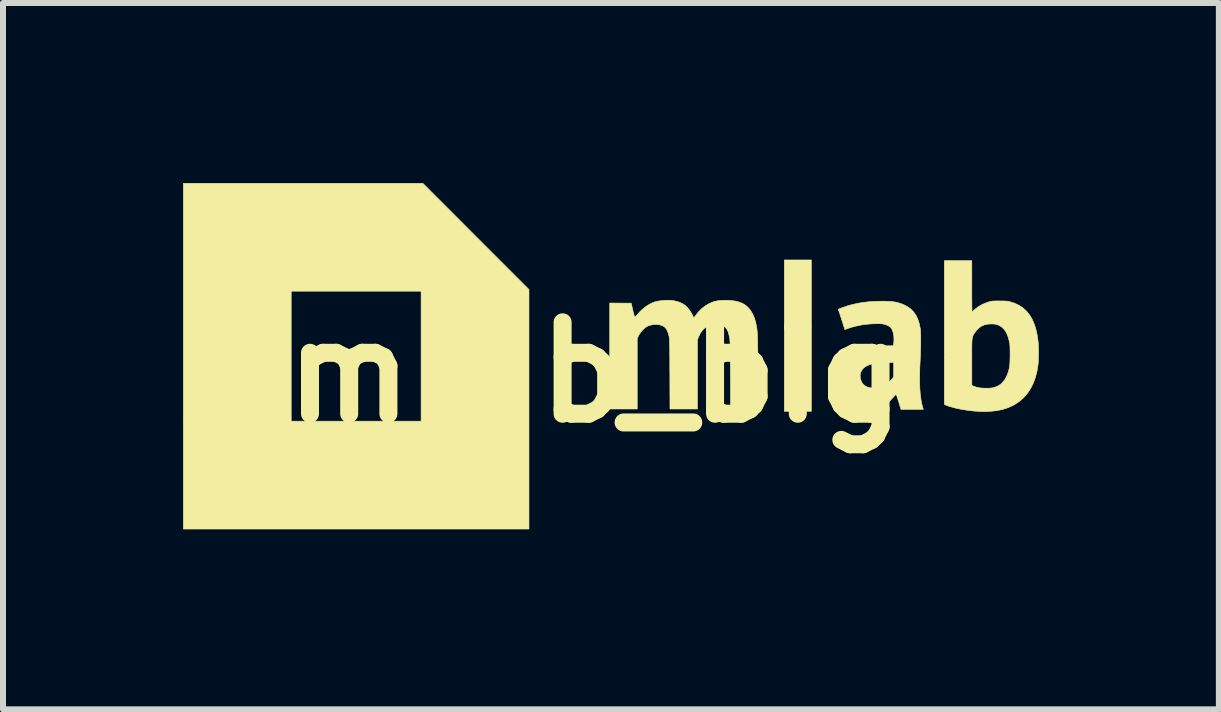
<source format=kicad_pcb>
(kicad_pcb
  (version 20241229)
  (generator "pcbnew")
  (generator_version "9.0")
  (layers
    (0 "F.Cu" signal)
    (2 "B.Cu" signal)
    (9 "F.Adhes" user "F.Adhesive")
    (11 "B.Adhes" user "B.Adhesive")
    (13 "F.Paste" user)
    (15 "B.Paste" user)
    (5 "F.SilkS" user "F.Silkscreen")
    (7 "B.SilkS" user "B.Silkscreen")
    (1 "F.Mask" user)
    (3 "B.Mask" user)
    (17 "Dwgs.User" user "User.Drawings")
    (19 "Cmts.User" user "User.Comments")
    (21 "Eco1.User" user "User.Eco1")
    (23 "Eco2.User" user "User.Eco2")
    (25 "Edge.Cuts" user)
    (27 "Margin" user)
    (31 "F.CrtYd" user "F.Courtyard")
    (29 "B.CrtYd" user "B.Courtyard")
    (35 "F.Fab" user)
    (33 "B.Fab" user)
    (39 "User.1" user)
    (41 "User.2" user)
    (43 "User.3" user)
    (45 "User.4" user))
  (footprint "mlab_big"
    (layer "F.Cu")
    (at 6.869 3.155)
    (property "Reference" "mlab_big" (at 0 0 0) (layer "F.SilkS") (effects (font (size 1.524 1.524) (thickness 0.3))))
    (attr through_hole)
    (fp_poly (pts (xy 3.6 0.648) (xy 3.15 0.648) (xy 3.15 -1.873) (xy 3.6 -1.873) (xy 3.6 0.648)) (stroke (width 0.01) (type solid)) (fill yes) (layer "F.SilkS"))
    (fp_poly (pts (xy -1.989 -2.265) (xy -1.105 -1.381) (xy -1.105 2.61) (xy -6.864 2.61) (xy -6.864 -1.353) (xy -5.067 -1.353) (xy -5.067 0.813) (xy -2.902 0.813) (xy -2.902 -1.353) (xy -5.067 -1.353) (xy -6.864 -1.353) (xy -6.864 -3.15) (xy -4.869 -3.15) (xy -2.873 -3.15) (xy -1.989 -2.265)) (stroke (width 0.01) (type solid)) (fill yes) (layer "F.SilkS"))
    (fp_poly (pts (xy 1.275 -1.199) (xy 1.324 -1.191) (xy 1.389 -1.174) (xy 1.445 -1.15) (xy 1.494 -1.12) (xy 1.536 -1.081) (xy 1.574 -1.032) (xy 1.61 -0.973) (xy 1.622 -0.948) (xy 1.643 -0.906) (xy 1.668 -0.943) (xy 1.717 -1.005) (xy 1.772 -1.061) (xy 1.832 -1.108) (xy 1.896 -1.146) (xy 1.96 -1.173) (xy 1.962 -1.174) (xy 2.005 -1.186) (xy 2.047 -1.194) (xy 2.092 -1.199) (xy 2.143 -1.201) (xy 2.175 -1.201) (xy 2.258 -1.198) (xy 2.332 -1.188) (xy 2.396 -1.172) (xy 2.453 -1.15) (xy 2.502 -1.12) (xy 2.539 -1.089) (xy 2.581 -1.042) (xy 2.618 -0.983) (xy 2.648 -0.915) (xy 2.672 -0.838) (xy 2.68 -0.799) (xy 2.684 -0.777) (xy 2.688 -0.756) (xy 2.692 -0.735) (xy 2.694 -0.714) (xy 2.697 -0.69) (xy 2.699 -0.665) (xy 2.701 -0.636) (xy 2.703 -0.603) (xy 2.704 -0.564) (xy 2.705 -0.52) (xy 2.706 -0.469) (xy 2.707 -0.41) (xy 2.708 -0.343) (xy 2.708 -0.266) (xy 2.709 -0.178) (xy 2.709 -0.08) (xy 2.71 -0.005) (xy 2.713 0.61) (xy 2.255 0.61) (xy 2.253 0.052) (xy 2.252 -0.047) (xy 2.252 -0.134) (xy 2.251 -0.21) (xy 2.25 -0.277) (xy 2.25 -0.334) (xy 2.249 -0.382) (xy 2.248 -0.423) (xy 2.247 -0.458) (xy 2.246 -0.486) (xy 2.245 -0.51) (xy 2.244 -0.53) (xy 2.242 -0.546) (xy 2.241 -0.56) (xy 2.239 -0.57) (xy 2.227 -0.63) (xy 2.213 -0.678) (xy 2.196 -0.714) (xy 2.187 -0.728) (xy 2.156 -0.759) (xy 2.117 -0.781) (xy 2.07 -0.795) (xy 2.017 -0.799) (xy 1.959 -0.795) (xy 1.935 -0.791) (xy 1.88 -0.773) (xy 1.83 -0.744) (xy 1.787 -0.704) (xy 1.751 -0.654) (xy 1.722 -0.593) (xy 1.717 -0.58) (xy 1.702 -0.539) (xy 1.702 0.61) (xy 1.245 0.61) (xy 1.243 0.027) (xy 1.242 -0.072) (xy 1.242 -0.16) (xy 1.242 -0.236) (xy 1.241 -0.302) (xy 1.241 -0.359) (xy 1.24 -0.407) (xy 1.24 -0.448) (xy 1.239 -0.482) (xy 1.238 -0.51) (xy 1.237 -0.533) (xy 1.236 -0.551) (xy 1.235 -0.567) (xy 1.233 -0.579) (xy 1.232 -0.59) (xy 1.23 -0.6) (xy 1.227 -0.61) (xy 1.227 -0.613) (xy 1.211 -0.666) (xy 1.193 -0.708) (xy 1.171 -0.741) (xy 1.145 -0.764) (xy 1.113 -0.781) (xy 1.105 -0.784) (xy 1.055 -0.796) (xy 1 -0.799) (xy 0.944 -0.793) (xy 0.891 -0.778) (xy 0.871 -0.77) (xy 0.836 -0.749) (xy 0.801 -0.718) (xy 0.767 -0.68) (xy 0.737 -0.639) (xy 0.725 -0.618) (xy 0.699 -0.567) (xy 0.699 0.61) (xy 0.241 0.61) (xy 0.241 -1.156) (xy 0.42 -1.154) (xy 0.599 -1.153) (xy 0.625 -1.039) (xy 0.633 -1.002) (xy 0.642 -0.971) (xy 0.649 -0.946) (xy 0.654 -0.929) (xy 0.658 -0.923) (xy 0.665 -0.926) (xy 0.677 -0.938) (xy 0.693 -0.955) (xy 0.701 -0.964) (xy 0.747 -1.015) (xy 0.798 -1.062) (xy 0.853 -1.104) (xy 0.908 -1.138) (xy 0.962 -1.164) (xy 0.981 -1.171) (xy 1.032 -1.185) (xy 1.091 -1.194) (xy 1.153 -1.2) (xy 1.216 -1.202) (xy 1.275 -1.199)) (stroke (width 0.01) (type solid)) (fill yes) (layer "F.SilkS"))
    (fp_poly (pts (xy 6.274 -1.435) (xy 6.274 -1.363) (xy 6.274 -1.295) (xy 6.274 -1.231) (xy 6.275 -1.174) (xy 6.275 -1.123) (xy 6.276 -1.08) (xy 6.276 -1.047) (xy 6.277 -1.024) (xy 6.277 -1.011) (xy 6.278 -1.01) (xy 6.284 -1.014) (xy 6.297 -1.024) (xy 6.314 -1.04) (xy 6.319 -1.045) (xy 6.381 -1.094) (xy 6.452 -1.134) (xy 6.532 -1.166) (xy 6.563 -1.176) (xy 6.582 -1.181) (xy 6.6 -1.185) (xy 6.619 -1.188) (xy 6.642 -1.189) (xy 6.672 -1.19) (xy 6.71 -1.19) (xy 6.737 -1.19) (xy 6.786 -1.19) (xy 6.825 -1.189) (xy 6.855 -1.187) (xy 6.88 -1.184) (xy 6.9 -1.18) (xy 6.904 -1.179) (xy 6.986 -1.153) (xy 7.06 -1.118) (xy 7.126 -1.075) (xy 7.185 -1.021) (xy 7.235 -0.959) (xy 7.279 -0.887) (xy 7.315 -0.805) (xy 7.344 -0.712) (xy 7.366 -0.61) (xy 7.379 -0.514) (xy 7.382 -0.477) (xy 7.384 -0.43) (xy 7.385 -0.378) (xy 7.386 -0.323) (xy 7.385 -0.268) (xy 7.384 -0.217) (xy 7.382 -0.172) (xy 7.379 -0.14) (xy 7.361 -0.024) (xy 7.334 0.083) (xy 7.298 0.181) (xy 7.254 0.269) (xy 7.201 0.349) (xy 7.139 0.42) (xy 7.068 0.482) (xy 6.988 0.536) (xy 6.96 0.551) (xy 6.877 0.589) (xy 6.786 0.618) (xy 6.686 0.638) (xy 6.601 0.647) (xy 6.563 0.65) (xy 6.529 0.652) (xy 6.497 0.653) (xy 6.461 0.652) (xy 6.419 0.651) (xy 6.394 0.65) (xy 6.32 0.645) (xy 6.243 0.637) (xy 6.165 0.626) (xy 6.089 0.613) (xy 6.016 0.598) (xy 5.95 0.581) (xy 5.892 0.564) (xy 5.847 0.547) (xy 5.817 0.534) (xy 5.817 -0.317) (xy 6.274 -0.317) (xy 6.274 -0.245) (xy 6.274 -0.171) (xy 6.274 0.216) (xy 6.302 0.229) (xy 6.346 0.245) (xy 6.393 0.256) (xy 6.444 0.262) (xy 6.504 0.264) (xy 6.54 0.264) (xy 6.583 0.262) (xy 6.616 0.258) (xy 6.642 0.253) (xy 6.655 0.249) (xy 6.698 0.232) (xy 6.732 0.213) (xy 6.762 0.191) (xy 6.782 0.172) (xy 6.823 0.123) (xy 6.856 0.063) (xy 6.879 0.003) (xy 6.889 -0.03) (xy 6.897 -0.062) (xy 6.902 -0.092) (xy 6.907 -0.125) (xy 6.909 -0.162) (xy 6.911 -0.206) (xy 6.912 -0.259) (xy 6.912 -0.302) (xy 6.912 -0.353) (xy 6.911 -0.394) (xy 6.91 -0.427) (xy 6.909 -0.453) (xy 6.907 -0.475) (xy 6.903 -0.495) (xy 6.899 -0.516) (xy 6.898 -0.521) (xy 6.879 -0.591) (xy 6.856 -0.65) (xy 6.828 -0.698) (xy 6.794 -0.737) (xy 6.773 -0.756) (xy 6.733 -0.781) (xy 6.691 -0.798) (xy 6.644 -0.806) (xy 6.604 -0.808) (xy 6.538 -0.804) (xy 6.481 -0.791) (xy 6.43 -0.768) (xy 6.386 -0.736) (xy 6.347 -0.693) (xy 6.329 -0.668) (xy 6.318 -0.652) (xy 6.308 -0.638) (xy 6.3 -0.625) (xy 6.294 -0.612) (xy 6.288 -0.597) (xy 6.284 -0.581) (xy 6.281 -0.562) (xy 6.278 -0.538) (xy 6.276 -0.509) (xy 6.275 -0.473) (xy 6.274 -0.43) (xy 6.274 -0.378) (xy 6.274 -0.317) (xy 5.817 -0.317) (xy 5.817 -1.861) (xy 6.274 -1.861) (xy 6.274 -1.435)) (stroke (width 0.01) (type solid)) (fill yes) (layer "F.SilkS"))
    (fp_poly (pts (xy 4.88 -1.184) (xy 4.946 -1.179) (xy 5.004 -1.171) (xy 5.056 -1.158) (xy 5.105 -1.142) (xy 5.141 -1.127) (xy 5.206 -1.093) (xy 5.261 -1.052) (xy 5.307 -1.005) (xy 5.345 -0.949) (xy 5.375 -0.885) (xy 5.399 -0.811) (xy 5.416 -0.727) (xy 5.417 -0.724) (xy 5.419 -0.696) (xy 5.421 -0.658) (xy 5.423 -0.61) (xy 5.423 -0.553) (xy 5.423 -0.491) (xy 5.422 -0.424) (xy 5.42 -0.353) (xy 5.417 -0.281) (xy 5.414 -0.208) (xy 5.414 -0.206) (xy 5.407 -0.071) (xy 5.405 0.053) (xy 5.405 0.166) (xy 5.408 0.268) (xy 5.415 0.359) (xy 5.425 0.441) (xy 5.438 0.513) (xy 5.451 0.566) (xy 5.466 0.616) (xy 5.093 0.616) (xy 5.077 0.56) (xy 5.061 0.507) (xy 5.048 0.465) (xy 5.037 0.432) (xy 5.029 0.408) (xy 5.023 0.391) (xy 5.018 0.38) (xy 5.014 0.374) (xy 5.011 0.372) (xy 5.009 0.371) (xy 5.001 0.376) (xy 4.988 0.389) (xy 4.971 0.407) (xy 4.961 0.419) (xy 4.903 0.482) (xy 4.839 0.535) (xy 4.769 0.577) (xy 4.694 0.608) (xy 4.615 0.626) (xy 4.604 0.628) (xy 4.557 0.633) (xy 4.509 0.637) (xy 4.465 0.638) (xy 4.439 0.637) (xy 4.352 0.626) (xy 4.272 0.605) (xy 4.199 0.575) (xy 4.135 0.534) (xy 4.079 0.484) (xy 4.031 0.425) (xy 3.991 0.356) (xy 3.961 0.279) (xy 3.956 0.26) (xy 3.952 0.241) (xy 3.949 0.221) (xy 3.947 0.196) (xy 3.947 0.165) (xy 3.947 0.127) (xy 3.947 0.076) (xy 3.948 0.054) (xy 4.413 0.054) (xy 4.419 0.108) (xy 4.434 0.154) (xy 4.459 0.193) (xy 4.494 0.224) (xy 4.537 0.247) (xy 4.542 0.248) (xy 4.576 0.256) (xy 4.618 0.26) (xy 4.665 0.26) (xy 4.711 0.255) (xy 4.746 0.248) (xy 4.774 0.239) (xy 4.802 0.229) (xy 4.824 0.218) (xy 4.824 0.218) (xy 4.85 0.2) (xy 4.879 0.176) (xy 4.909 0.148) (xy 4.935 0.12) (xy 4.954 0.098) (xy 4.972 0.071) (xy 4.972 -0.163) (xy 4.907 -0.167) (xy 4.857 -0.169) (xy 4.801 -0.167) (xy 4.742 -0.163) (xy 4.686 -0.157) (xy 4.637 -0.149) (xy 4.625 -0.146) (xy 4.564 -0.127) (xy 4.512 -0.103) (xy 4.471 -0.073) (xy 4.441 -0.037) (xy 4.421 0.003) (xy 4.413 0.047) (xy 4.413 0.054) (xy 3.948 0.054) (xy 3.95 0.034) (xy 3.954 -0.001) (xy 3.962 -0.033) (xy 3.973 -0.065) (xy 3.988 -0.099) (xy 3.994 -0.111) (xy 4.03 -0.171) (xy 4.078 -0.226) (xy 4.136 -0.276) (xy 4.205 -0.319) (xy 4.283 -0.356) (xy 4.343 -0.377) (xy 4.407 -0.396) (xy 4.471 -0.411) (xy 4.538 -0.423) (xy 4.609 -0.432) (xy 4.687 -0.438) (xy 4.775 -0.441) (xy 4.813 -0.442) (xy 4.969 -0.444) (xy 4.975 -0.503) (xy 4.977 -0.561) (xy 4.973 -0.616) (xy 4.963 -0.666) (xy 4.948 -0.709) (xy 4.93 -0.74) (xy 4.909 -0.76) (xy 4.879 -0.778) (xy 4.842 -0.794) (xy 4.804 -0.805) (xy 4.791 -0.807) (xy 4.762 -0.81) (xy 4.724 -0.812) (xy 4.679 -0.811) (xy 4.63 -0.81) (xy 4.58 -0.807) (xy 4.532 -0.803) (xy 4.489 -0.798) (xy 4.477 -0.797) (xy 4.424 -0.788) (xy 4.369 -0.776) (xy 4.315 -0.764) (xy 4.266 -0.75) (xy 4.224 -0.737) (xy 4.207 -0.731) (xy 4.159 -0.713) (xy 4.111 -0.863) (xy 4.098 -0.905) (xy 4.085 -0.944) (xy 4.074 -0.979) (xy 4.065 -1.006) (xy 4.059 -1.025) (xy 4.057 -1.031) (xy 4.053 -1.045) (xy 4.051 -1.051) (xy 4.051 -1.051) (xy 4.057 -1.055) (xy 4.072 -1.062) (xy 4.095 -1.07) (xy 4.123 -1.081) (xy 4.153 -1.091) (xy 4.184 -1.102) (xy 4.212 -1.111) (xy 4.236 -1.118) (xy 4.242 -1.12) (xy 4.33 -1.141) (xy 4.414 -1.158) (xy 4.499 -1.17) (xy 4.587 -1.179) (xy 4.682 -1.184) (xy 4.721 -1.185) (xy 4.806 -1.186) (xy 4.88 -1.184)) (stroke (width 0.01) (type solid)) (fill yes) (layer "F.SilkS")))
  (gr_rect
    (start -3 -3)
    (end 17.26 8.769)
    (stroke (width 0.1) (type default))
    (fill no)
    (layer "Edge.Cuts")))
</source>
